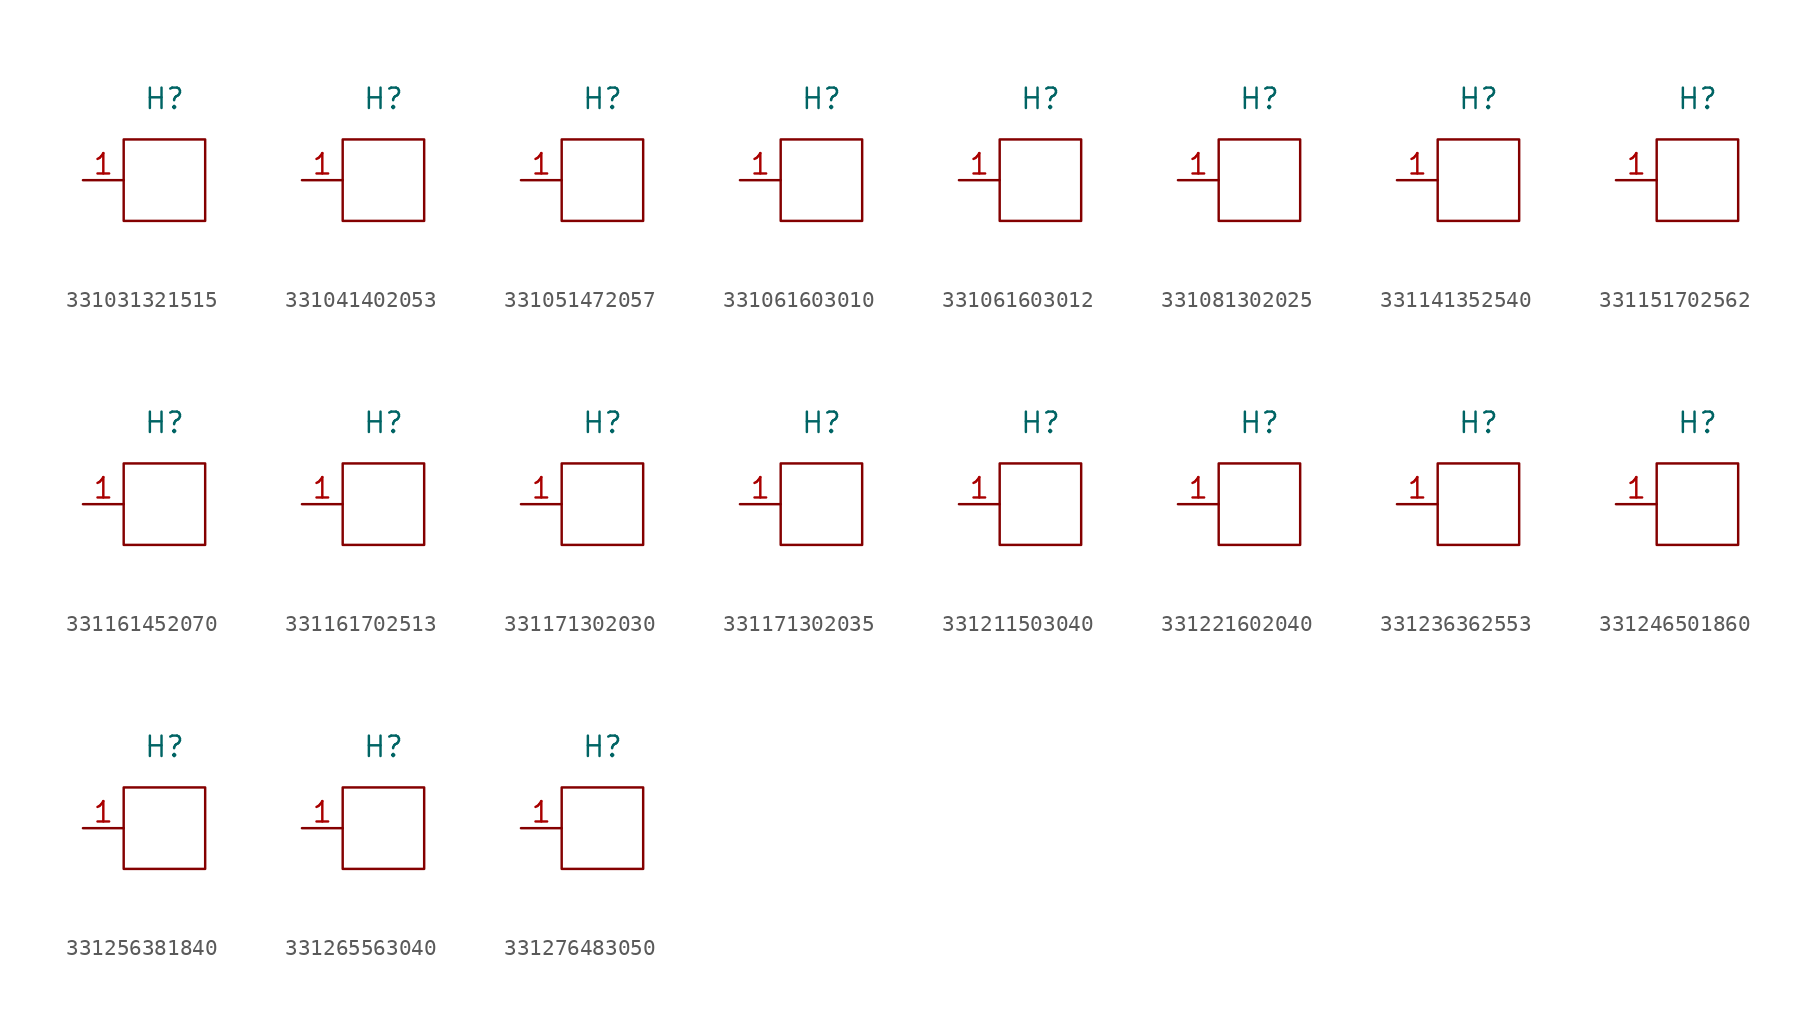
<source format=kicad_sym>
(kicad_symbol_lib
  (version 20220914)
  (generator kicad_symbol_editor)
  (symbol "331031321515"
    (pin_names hide)
    (property "Reference" "H"
      (at 0 5.08 0)
      (effects (font (size 1.27 1.27))))
    (property "Critical Parameter" ""
      (at 0 -5.08 0)
      (effects (font (size 1.27 1.27)) (justify left)))
    (symbol "331031321515_0_1"
      (rectangle (start -2.54 2.54) (end 2.54 -2.54) (stroke (width 0) (type default)) (fill (type none))))
    (symbol "331031321515_1_1"
      (pin passive line (at -5.08 0 0) (length 2.54) (name "GND1" (effects (font (size 1.27 1.27)))) (number "1" (effects (font (size 1.27 1.27)))))))
  (symbol "331041402053"
    (pin_names hide)
    (property "Reference" "H"
      (at 0 5.08 0)
      (effects (font (size 1.27 1.27))))
    (property "Critical Parameter" ""
      (at 0 -5.08 0)
      (effects (font (size 1.27 1.27)) (justify left)))
    (symbol "331041402053_0_1"
      (rectangle (start -2.54 2.54) (end 2.54 -2.54) (stroke (width 0) (type default)) (fill (type none))))
    (symbol "331041402053_1_1"
      (pin passive line (at -5.08 0 0) (length 2.54) (name "GND1" (effects (font (size 1.27 1.27)))) (number "1" (effects (font (size 1.27 1.27)))))))
  (symbol "331051472057"
    (pin_names hide)
    (property "Reference" "H"
      (at 0 5.08 0)
      (effects (font (size 1.27 1.27))))
    (property "Critical Parameter" ""
      (at 0 -5.08 0)
      (effects (font (size 1.27 1.27)) (justify left)))
    (symbol "331051472057_0_1"
      (rectangle (start -2.54 2.54) (end 2.54 -2.54) (stroke (width 0) (type default)) (fill (type none))))
    (symbol "331051472057_1_1"
      (pin passive line (at -5.08 0 0) (length 2.54) (name "GND1" (effects (font (size 1.27 1.27)))) (number "1" (effects (font (size 1.27 1.27)))))))
  (symbol "331061603010"
    (pin_names hide)
    (property "Reference" "H"
      (at 0 5.08 0)
      (effects (font (size 1.27 1.27))))
    (property "Critical Parameter" ""
      (at 0 -5.08 0)
      (effects (font (size 1.27 1.27)) (justify left)))
    (symbol "331061603010_0_1"
      (rectangle (start -2.54 2.54) (end 2.54 -2.54) (stroke (width 0) (type default)) (fill (type none))))
    (symbol "331061603010_1_1"
      (pin passive line (at -5.08 0 0) (length 2.54) (name "GND1" (effects (font (size 1.27 1.27)))) (number "1" (effects (font (size 1.27 1.27)))))))
  (symbol "331061603012"
    (pin_names hide)
    (property "Reference" "H"
      (at 0 5.08 0)
      (effects (font (size 1.27 1.27))))
    (property "Critical Parameter" ""
      (at 0 -5.08 0)
      (effects (font (size 1.27 1.27)) (justify left)))
    (symbol "331061603012_0_1"
      (rectangle (start -2.54 2.54) (end 2.54 -2.54) (stroke (width 0) (type default)) (fill (type none))))
    (symbol "331061603012_1_1"
      (pin passive line (at -5.08 0 0) (length 2.54) (name "GND1" (effects (font (size 1.27 1.27)))) (number "1" (effects (font (size 1.27 1.27)))))))
  (symbol "331081302025"
    (pin_names hide)
    (property "Reference" "H"
      (at 0 5.08 0)
      (effects (font (size 1.27 1.27))))
    (property "Critical Parameter" ""
      (at 0 -5.08 0)
      (effects (font (size 1.27 1.27)) (justify left)))
    (symbol "331081302025_0_1"
      (rectangle (start -2.54 2.54) (end 2.54 -2.54) (stroke (width 0) (type default)) (fill (type none))))
    (symbol "331081302025_1_1"
      (pin passive line (at -5.08 0 0) (length 2.54) (name "GND1" (effects (font (size 1.27 1.27)))) (number "1" (effects (font (size 1.27 1.27)))))))
  (symbol "331141352540"
    (pin_names hide)
    (property "Reference" "H"
      (at 0 5.08 0)
      (effects (font (size 1.27 1.27))))
    (property "Critical Parameter" ""
      (at 0 -5.08 0)
      (effects (font (size 1.27 1.27)) (justify left)))
    (symbol "331141352540_0_1"
      (rectangle (start -2.54 2.54) (end 2.54 -2.54) (stroke (width 0) (type default)) (fill (type none))))
    (symbol "331141352540_1_1"
      (pin passive line (at -5.08 0 0) (length 2.54) (name "GND1" (effects (font (size 1.27 1.27)))) (number "1" (effects (font (size 1.27 1.27)))))))
  (symbol "331151702562"
    (pin_names hide)
    (property "Reference" "H"
      (at 0 5.08 0)
      (effects (font (size 1.27 1.27))))
    (property "Critical Parameter" ""
      (at 0 -5.08 0)
      (effects (font (size 1.27 1.27)) (justify left)))
    (symbol "331151702562_0_1"
      (rectangle (start -2.54 2.54) (end 2.54 -2.54) (stroke (width 0) (type default)) (fill (type none))))
    (symbol "331151702562_1_1"
      (pin passive line (at -5.08 0 0) (length 2.54) (name "GND1" (effects (font (size 1.27 1.27)))) (number "1" (effects (font (size 1.27 1.27)))))))
  (symbol "331161452070"
    (pin_names hide)
    (property "Reference" "H"
      (at 0 5.08 0)
      (effects (font (size 1.27 1.27))))
    (property "Critical Parameter" ""
      (at 0 -5.08 0)
      (effects (font (size 1.27 1.27)) (justify left)))
    (symbol "331161452070_0_1"
      (rectangle (start -2.54 2.54) (end 2.54 -2.54) (stroke (width 0) (type default)) (fill (type none))))
    (symbol "331161452070_1_1"
      (pin passive line (at -5.08 0 0) (length 2.54) (name "GND1" (effects (font (size 1.27 1.27)))) (number "1" (effects (font (size 1.27 1.27)))))))
  (symbol "331161702513"
    (pin_names hide)
    (property "Reference" "H"
      (at 0 5.08 0)
      (effects (font (size 1.27 1.27))))
    (property "Critical Parameter" ""
      (at 0 -5.08 0)
      (effects (font (size 1.27 1.27)) (justify left)))
    (symbol "331161702513_0_1"
      (rectangle (start -2.54 2.54) (end 2.54 -2.54) (stroke (width 0) (type default)) (fill (type none))))
    (symbol "331161702513_1_1"
      (pin passive line (at -5.08 0 0) (length 2.54) (name "GND1" (effects (font (size 1.27 1.27)))) (number "1" (effects (font (size 1.27 1.27)))))))
  (symbol "331171302030"
    (pin_names hide)
    (property "Reference" "H"
      (at 0 5.08 0)
      (effects (font (size 1.27 1.27))))
    (property "Critical Parameter" ""
      (at 0 -5.08 0)
      (effects (font (size 1.27 1.27)) (justify left)))
    (symbol "331171302030_0_1"
      (rectangle (start -2.54 2.54) (end 2.54 -2.54) (stroke (width 0) (type default)) (fill (type none))))
    (symbol "331171302030_1_1"
      (pin passive line (at -5.08 0 0) (length 2.54) (name "GND1" (effects (font (size 1.27 1.27)))) (number "1" (effects (font (size 1.27 1.27)))))))
  (symbol "331171302035"
    (pin_names hide)
    (property "Reference" "H"
      (at 0 5.08 0)
      (effects (font (size 1.27 1.27))))
    (property "Critical Parameter" ""
      (at 0 -5.08 0)
      (effects (font (size 1.27 1.27)) (justify left)))
    (symbol "331171302035_0_1"
      (rectangle (start -2.54 2.54) (end 2.54 -2.54) (stroke (width 0) (type default)) (fill (type none))))
    (symbol "331171302035_1_1"
      (pin passive line (at -5.08 0 0) (length 2.54) (name "GND1" (effects (font (size 1.27 1.27)))) (number "1" (effects (font (size 1.27 1.27)))))))
  (symbol "331211503040"
    (pin_names hide)
    (property "Reference" "H"
      (at 0 5.08 0)
      (effects (font (size 1.27 1.27))))
    (property "Critical Parameter" ""
      (at 0 -5.08 0)
      (effects (font (size 1.27 1.27)) (justify left)))
    (symbol "331211503040_0_1"
      (rectangle (start -2.54 2.54) (end 2.54 -2.54) (stroke (width 0) (type default)) (fill (type none))))
    (symbol "331211503040_1_1"
      (pin passive line (at -5.08 0 0) (length 2.54) (name "GND1" (effects (font (size 1.27 1.27)))) (number "1" (effects (font (size 1.27 1.27)))))))
  (symbol "331221602040"
    (pin_names hide)
    (property "Reference" "H"
      (at 0 5.08 0)
      (effects (font (size 1.27 1.27))))
    (property "Critical Parameter" ""
      (at 0 -5.08 0)
      (effects (font (size 1.27 1.27)) (justify left)))
    (symbol "331221602040_0_1"
      (rectangle (start -2.54 2.54) (end 2.54 -2.54) (stroke (width 0) (type default)) (fill (type none))))
    (symbol "331221602040_1_1"
      (pin passive line (at -5.08 0 0) (length 2.54) (name "GND1" (effects (font (size 1.27 1.27)))) (number "1" (effects (font (size 1.27 1.27)))))))
  (symbol "331236362553"
    (pin_names hide)
    (property "Reference" "H"
      (at 0 5.08 0)
      (effects (font (size 1.27 1.27))))
    (property "Critical Parameter" ""
      (at 0 -5.08 0)
      (effects (font (size 1.27 1.27)) (justify left)))
    (symbol "331236362553_0_1"
      (rectangle (start -2.54 2.54) (end 2.54 -2.54) (stroke (width 0) (type default)) (fill (type none))))
    (symbol "331236362553_1_1"
      (pin passive line (at -5.08 0 0) (length 2.54) (name "GND1" (effects (font (size 1.27 1.27)))) (number "1" (effects (font (size 1.27 1.27)))))))
  (symbol "331246501860"
    (pin_names hide)
    (property "Reference" "H"
      (at 0 5.08 0)
      (effects (font (size 1.27 1.27))))
    (property "Critical Parameter" ""
      (at 0 -5.08 0)
      (effects (font (size 1.27 1.27)) (justify left)))
    (symbol "331246501860_0_1"
      (rectangle (start -2.54 2.54) (end 2.54 -2.54) (stroke (width 0) (type default)) (fill (type none))))
    (symbol "331246501860_1_1"
      (pin passive line (at -5.08 0 0) (length 2.54) (name "GND1" (effects (font (size 1.27 1.27)))) (number "1" (effects (font (size 1.27 1.27)))))))
  (symbol "331256381840"
    (pin_names hide)
    (property "Reference" "H"
      (at 0 5.08 0)
      (effects (font (size 1.27 1.27))))
    (property "Critical Parameter" ""
      (at 0 -5.08 0)
      (effects (font (size 1.27 1.27)) (justify left)))
    (symbol "331256381840_0_1"
      (rectangle (start -2.54 2.54) (end 2.54 -2.54) (stroke (width 0) (type default)) (fill (type none))))
    (symbol "331256381840_1_1"
      (pin passive line (at -5.08 0 0) (length 2.54) (name "GND1" (effects (font (size 1.27 1.27)))) (number "1" (effects (font (size 1.27 1.27)))))))
  (symbol "331265563040"
    (pin_names hide)
    (property "Reference" "H"
      (at 0 5.08 0)
      (effects (font (size 1.27 1.27))))
    (property "Critical Parameter" ""
      (at 0 -5.08 0)
      (effects (font (size 1.27 1.27)) (justify left)))
    (symbol "331265563040_0_1"
      (rectangle (start -2.54 2.54) (end 2.54 -2.54) (stroke (width 0) (type default)) (fill (type none))))
    (symbol "331265563040_1_1"
      (pin passive line (at -5.08 0 0) (length 2.54) (name "GND1" (effects (font (size 1.27 1.27)))) (number "1" (effects (font (size 1.27 1.27)))))))
  (symbol "331276483050"
    (pin_names hide)
    (property "Reference" "H"
      (at 0 5.08 0)
      (effects (font (size 1.27 1.27))))
    (property "Critical Parameter" ""
      (at 0 -5.08 0)
      (effects (font (size 1.27 1.27)) (justify left)))
    (symbol "331276483050_0_1"
      (rectangle (start -2.54 2.54) (end 2.54 -2.54) (stroke (width 0) (type default)) (fill (type none))))
    (symbol "331276483050_1_1"
      (pin passive line (at -5.08 0 0) (length 2.54) (name "GND1" (effects (font (size 1.27 1.27)))) (number "1" (effects (font (size 1.27 1.27))))))))
</source>
